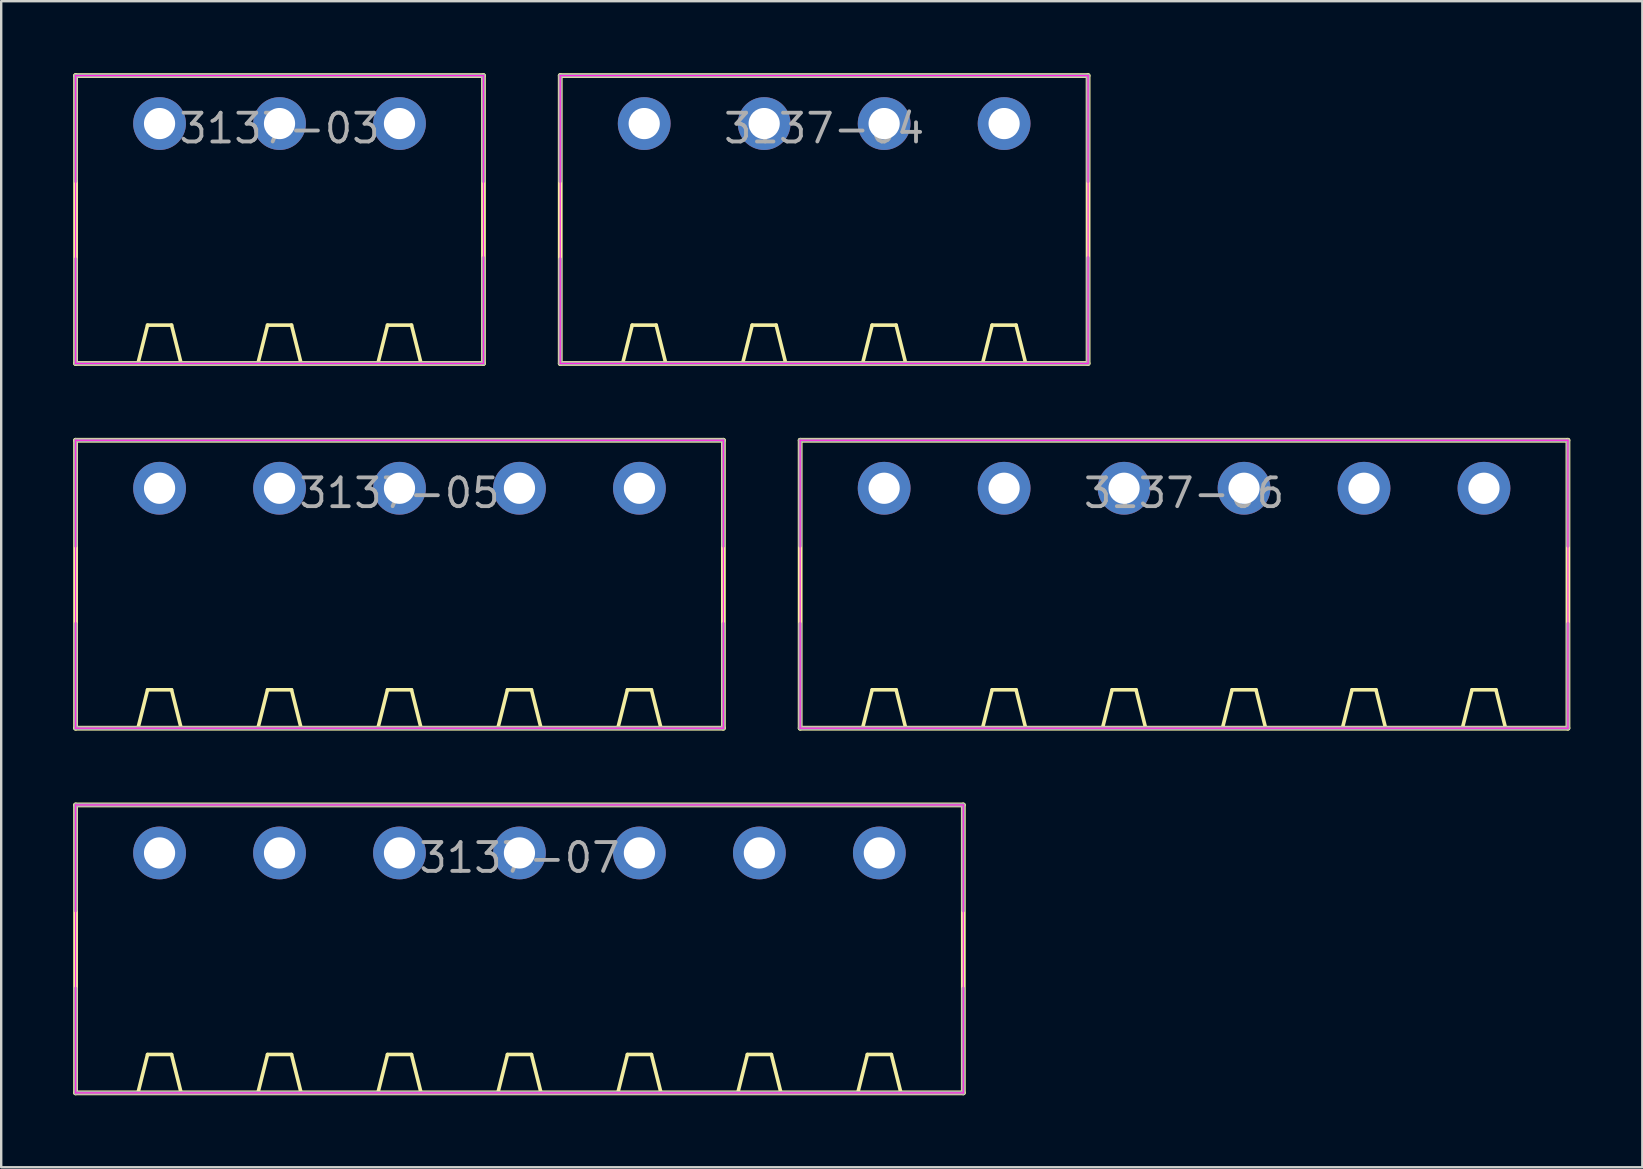
<source format=kicad_pcb>
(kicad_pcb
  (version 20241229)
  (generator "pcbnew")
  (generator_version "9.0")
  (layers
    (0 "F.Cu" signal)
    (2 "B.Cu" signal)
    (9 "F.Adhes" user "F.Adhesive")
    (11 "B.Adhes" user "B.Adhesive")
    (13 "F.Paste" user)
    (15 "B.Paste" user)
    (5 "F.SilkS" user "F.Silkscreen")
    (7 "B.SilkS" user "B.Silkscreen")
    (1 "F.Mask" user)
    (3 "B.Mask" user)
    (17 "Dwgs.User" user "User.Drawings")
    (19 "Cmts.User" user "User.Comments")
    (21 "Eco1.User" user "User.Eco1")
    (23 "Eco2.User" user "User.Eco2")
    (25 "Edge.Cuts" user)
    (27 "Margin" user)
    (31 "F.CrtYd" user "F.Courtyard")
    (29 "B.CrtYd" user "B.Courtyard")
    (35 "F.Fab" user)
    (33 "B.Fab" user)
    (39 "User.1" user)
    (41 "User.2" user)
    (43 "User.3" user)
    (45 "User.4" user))
  (footprint "3137-07"
    (layer "F.Cu")
    (at 18.6 32.5)
    (property "Reference" "3137-07" (at 0 0.2 180) (layer "F.Fab") (effects (font (size 1.2 1.2) (thickness 0.16))))
    (attr through_hole)
    (fp_line (start -18.5 10) (end -18.5 -2) (stroke (width 0.2) (type solid)) (layer "F.SilkS"))
    (fp_line (start -18.5 10) (end 18.5 10) (stroke (width 0.2) (type solid)) (layer "F.SilkS"))
    (fp_line (start -15.5 8.4) (end -15.9 10) (stroke (width 0.15) (type solid)) (layer "F.SilkS"))
    (fp_line (start -15.5 8.4) (end -14.5 8.4) (stroke (width 0.15) (type solid)) (layer "F.SilkS"))
    (fp_line (start -14.5 8.4) (end -14.1 10) (stroke (width 0.15) (type solid)) (layer "F.SilkS"))
    (fp_line (start -10.5 8.4) (end -10.9 10) (stroke (width 0.15) (type solid)) (layer "F.SilkS"))
    (fp_line (start -10.5 8.4) (end -9.5 8.4) (stroke (width 0.15) (type solid)) (layer "F.SilkS"))
    (fp_line (start -9.5 8.4) (end -9.1 10) (stroke (width 0.15) (type solid)) (layer "F.SilkS"))
    (fp_line (start -5.5 8.4) (end -5.9 10) (stroke (width 0.15) (type solid)) (layer "F.SilkS"))
    (fp_line (start -5.5 8.4) (end -4.5 8.4) (stroke (width 0.15) (type solid)) (layer "F.SilkS"))
    (fp_line (start -4.5 8.4) (end -4.1 10) (stroke (width 0.15) (type solid)) (layer "F.SilkS"))
    (fp_line (start -0.5 8.4) (end -0.9 10) (stroke (width 0.15) (type solid)) (layer "F.SilkS"))
    (fp_line (start -0.5 8.4) (end 0.5 8.4) (stroke (width 0.15) (type solid)) (layer "F.SilkS"))
    (fp_line (start 0.5 8.4) (end 0.9 10) (stroke (width 0.15) (type solid)) (layer "F.SilkS"))
    (fp_line (start 4.5 8.4) (end 4.1 10) (stroke (width 0.15) (type solid)) (layer "F.SilkS"))
    (fp_line (start 4.5 8.4) (end 5.5 8.4) (stroke (width 0.15) (type solid)) (layer "F.SilkS"))
    (fp_line (start 5.5 8.4) (end 5.9 10) (stroke (width 0.15) (type solid)) (layer "F.SilkS"))
    (fp_line (start 9.5 8.4) (end 9.1 10) (stroke (width 0.15) (type solid)) (layer "F.SilkS"))
    (fp_line (start 9.5 8.4) (end 10.5 8.4) (stroke (width 0.15) (type solid)) (layer "F.SilkS"))
    (fp_line (start 10.5 8.4) (end 10.9 10) (stroke (width 0.15) (type solid)) (layer "F.SilkS"))
    (fp_line (start 14.5 8.4) (end 14.1 10) (stroke (width 0.15) (type solid)) (layer "F.SilkS"))
    (fp_line (start 14.5 8.4) (end 15.5 8.4) (stroke (width 0.15) (type solid)) (layer "F.SilkS"))
    (fp_line (start 15.5 8.4) (end 15.9 10) (stroke (width 0.15) (type solid)) (layer "F.SilkS"))
    (fp_line (start 18.5 -2) (end -18.5 -2) (stroke (width 0.2) (type solid)) (layer "F.SilkS"))
    (fp_line (start 18.5 10) (end 18.5 -2) (stroke (width 0.2) (type solid)) (layer "F.SilkS"))
    (fp_line (start -18.5 -2) (end -18.5 10) (stroke (width 0.05) (type solid)) (layer "F.CrtYd"))
    (fp_line (start -18.5 -2) (end 18.5 -2) (stroke (width 0.05) (type solid)) (layer "F.CrtYd"))
    (fp_line (start -18.5 10) (end 18.5 10) (stroke (width 0.05) (type solid)) (layer "F.CrtYd"))
    (fp_line (start 18.5 -2) (end 18.5 10) (stroke (width 0.05) (type solid)) (layer "F.CrtYd"))
    (fp_line (start -18.5 -2) (end -18.5 2.4) (stroke (width 0.15) (type solid)) (layer "F.Fab"))
    (fp_line (start -18.5 -2) (end 18.5 -2) (stroke (width 0.15) (type solid)) (layer "F.Fab"))
    (fp_line (start -18.5 5.65) (end -18.5 10) (stroke (width 0.15) (type solid)) (layer "F.Fab"))
    (fp_line (start -18.5 10) (end 18.5 10) (stroke (width 0.15) (type solid)) (layer "F.Fab"))
    (fp_line (start 18.5 -2) (end 18.5 2.4) (stroke (width 0.15) (type solid)) (layer "F.Fab"))
    (fp_line (start 18.5 5.65) (end 18.5 10) (stroke (width 0.15) (type solid)) (layer "F.Fab"))
    (pad "1" thru_hole circle (at -15 0) (size 2.2 2.2) (drill 1.3) (layers "*.Cu" "*.Mask"))
    (pad "2" thru_hole circle (at -10 0) (size 2.2 2.2) (drill 1.3) (layers "*.Cu" "*.Mask"))
    (pad "3" thru_hole circle (at -5 0) (size 2.2 2.2) (drill 1.3) (layers "*.Cu" "*.Mask"))
    (pad "4" thru_hole circle (at 0 0) (size 2.2 2.2) (drill 1.3) (layers "*.Cu" "*.Mask"))
    (pad "5" thru_hole circle (at 5 0) (size 2.2 2.2) (drill 1.3) (layers "*.Cu" "*.Mask"))
    (pad "6" thru_hole circle (at 10 0) (size 2.2 2.2) (drill 1.3) (layers "*.Cu" "*.Mask"))
    (pad "7" thru_hole circle (at 15 0) (size 2.2 2.2) (drill 1.3) (layers "*.Cu" "*.Mask")))
  (footprint "3137-03"
    (layer "F.Cu")
    (at 8.6 2.1)
    (property "Reference" "3137-03" (at 0 0.2 180) (layer "F.Fab") (effects (font (size 1.2 1.2) (thickness 0.16))))
    (attr through_hole)
    (fp_line (start -8.5 10) (end -8.5 -2) (stroke (width 0.2) (type solid)) (layer "F.SilkS"))
    (fp_line (start -8.5 10) (end 8.5 10) (stroke (width 0.2) (type solid)) (layer "F.SilkS"))
    (fp_line (start -5.5 8.4) (end -5.9 10) (stroke (width 0.15) (type solid)) (layer "F.SilkS"))
    (fp_line (start -5.5 8.4) (end -4.5 8.4) (stroke (width 0.15) (type solid)) (layer "F.SilkS"))
    (fp_line (start -4.5 8.4) (end -4.1 10) (stroke (width 0.15) (type solid)) (layer "F.SilkS"))
    (fp_line (start -0.5 8.4) (end -0.9 10) (stroke (width 0.15) (type solid)) (layer "F.SilkS"))
    (fp_line (start -0.5 8.4) (end 0.5 8.4) (stroke (width 0.15) (type solid)) (layer "F.SilkS"))
    (fp_line (start 0.5 8.4) (end 0.9 10) (stroke (width 0.15) (type solid)) (layer "F.SilkS"))
    (fp_line (start 4.5 8.4) (end 4.1 10) (stroke (width 0.15) (type solid)) (layer "F.SilkS"))
    (fp_line (start 4.5 8.4) (end 5.5 8.4) (stroke (width 0.15) (type solid)) (layer "F.SilkS"))
    (fp_line (start 5.5 8.4) (end 5.9 10) (stroke (width 0.15) (type solid)) (layer "F.SilkS"))
    (fp_line (start 8.5 -2) (end -8.5 -2) (stroke (width 0.2) (type solid)) (layer "F.SilkS"))
    (fp_line (start 8.5 10) (end 8.5 -2) (stroke (width 0.2) (type solid)) (layer "F.SilkS"))
    (fp_line (start -8.5 -2) (end -8.5 10) (stroke (width 0.05) (type solid)) (layer "F.CrtYd"))
    (fp_line (start -8.5 -2) (end 8.5 -2) (stroke (width 0.05) (type solid)) (layer "F.CrtYd"))
    (fp_line (start -8.5 10) (end 8.5 10) (stroke (width 0.05) (type solid)) (layer "F.CrtYd"))
    (fp_line (start 8.5 -2) (end 8.5 10) (stroke (width 0.05) (type solid)) (layer "F.CrtYd"))
    (fp_line (start -8.5 -2) (end -8.5 2.4) (stroke (width 0.15) (type solid)) (layer "F.Fab"))
    (fp_line (start -8.5 -2) (end 8.5 -2) (stroke (width 0.15) (type solid)) (layer "F.Fab"))
    (fp_line (start -8.5 5.65) (end -8.5 10) (stroke (width 0.15) (type solid)) (layer "F.Fab"))
    (fp_line (start -8.5 10) (end 8.5 10) (stroke (width 0.15) (type solid)) (layer "F.Fab"))
    (fp_line (start 8.5 -2) (end 8.5 2.4) (stroke (width 0.15) (type solid)) (layer "F.Fab"))
    (fp_line (start 8.5 5.6) (end 8.5 10) (stroke (width 0.15) (type solid)) (layer "F.Fab"))
    (pad "1" thru_hole circle (at -5 0) (size 2.2 2.2) (drill 1.3) (layers "*.Cu" "*.Mask"))
    (pad "2" thru_hole circle (at 0 0) (size 2.2 2.2) (drill 1.3) (layers "*.Cu" "*.Mask"))
    (pad "3" thru_hole circle (at 5 0) (size 2.2 2.2) (drill 1.3) (layers "*.Cu" "*.Mask")))
  (footprint "3137-04"
    (layer "F.Cu")
    (at 31.3 2.1)
    (property "Reference" "3137-04" (at 0 0.2 180) (layer "F.Fab") (effects (font (size 1.2 1.2) (thickness 0.16))))
    (attr through_hole)
    (fp_line (start -11 10) (end -11 -2) (stroke (width 0.2) (type solid)) (layer "F.SilkS"))
    (fp_line (start -11 10) (end 11 10) (stroke (width 0.2) (type solid)) (layer "F.SilkS"))
    (fp_line (start -8 8.4) (end -8.4 10) (stroke (width 0.15) (type solid)) (layer "F.SilkS"))
    (fp_line (start -8 8.4) (end -7 8.4) (stroke (width 0.15) (type solid)) (layer "F.SilkS"))
    (fp_line (start -7 8.4) (end -6.6 10) (stroke (width 0.15) (type solid)) (layer "F.SilkS"))
    (fp_line (start -3 8.4) (end -3.4 10) (stroke (width 0.15) (type solid)) (layer "F.SilkS"))
    (fp_line (start -3 8.4) (end -2 8.4) (stroke (width 0.15) (type solid)) (layer "F.SilkS"))
    (fp_line (start -2 8.4) (end -1.6 10) (stroke (width 0.15) (type solid)) (layer "F.SilkS"))
    (fp_line (start 2 8.4) (end 1.6 10) (stroke (width 0.15) (type solid)) (layer "F.SilkS"))
    (fp_line (start 2 8.4) (end 3 8.4) (stroke (width 0.15) (type solid)) (layer "F.SilkS"))
    (fp_line (start 3 8.4) (end 3.4 10) (stroke (width 0.15) (type solid)) (layer "F.SilkS"))
    (fp_line (start 7 8.4) (end 6.6 10) (stroke (width 0.15) (type solid)) (layer "F.SilkS"))
    (fp_line (start 7 8.4) (end 8 8.4) (stroke (width 0.15) (type solid)) (layer "F.SilkS"))
    (fp_line (start 8 8.4) (end 8.4 10) (stroke (width 0.15) (type solid)) (layer "F.SilkS"))
    (fp_line (start 11 -2) (end -11 -2) (stroke (width 0.2) (type solid)) (layer "F.SilkS"))
    (fp_line (start 11 10) (end 11 -2) (stroke (width 0.2) (type solid)) (layer "F.SilkS"))
    (fp_line (start -11 -2) (end -11 10) (stroke (width 0.05) (type solid)) (layer "F.CrtYd"))
    (fp_line (start -11 -2) (end 11 -2) (stroke (width 0.05) (type solid)) (layer "F.CrtYd"))
    (fp_line (start -11 10) (end 11 10) (stroke (width 0.05) (type solid)) (layer "F.CrtYd"))
    (fp_line (start 11 -2) (end 11 10) (stroke (width 0.05) (type solid)) (layer "F.CrtYd"))
    (fp_line (start -11 -2) (end -11 2.4) (stroke (width 0.15) (type solid)) (layer "F.Fab"))
    (fp_line (start -11 -2) (end 11 -2) (stroke (width 0.15) (type solid)) (layer "F.Fab"))
    (fp_line (start -11 5.65) (end -11 10) (stroke (width 0.15) (type solid)) (layer "F.Fab"))
    (fp_line (start -11 10) (end 11 10) (stroke (width 0.15) (type solid)) (layer "F.Fab"))
    (fp_line (start 11 -2) (end 11 2.4) (stroke (width 0.15) (type solid)) (layer "F.Fab"))
    (fp_line (start 11 5.6) (end 11 10) (stroke (width 0.15) (type solid)) (layer "F.Fab"))
    (pad "1" thru_hole circle (at -7.5 0) (size 2.2 2.2) (drill 1.3) (layers "*.Cu" "*.Mask"))
    (pad "2" thru_hole circle (at -2.5 0) (size 2.2 2.2) (drill 1.3) (layers "*.Cu" "*.Mask"))
    (pad "3" thru_hole circle (at 2.5 0) (size 2.2 2.2) (drill 1.3) (layers "*.Cu" "*.Mask"))
    (pad "4" thru_hole circle (at 7.5 0) (size 2.2 2.2) (drill 1.3) (layers "*.Cu" "*.Mask")))
  (footprint "3137-05"
    (layer "F.Cu")
    (at 13.6 17.3)
    (property "Reference" "3137-05" (at 0 0.2 180) (layer "F.Fab") (effects (font (size 1.2 1.2) (thickness 0.16))))
    (attr through_hole)
    (fp_line (start -13.5 10) (end -13.5 -2) (stroke (width 0.2) (type solid)) (layer "F.SilkS"))
    (fp_line (start -13.5 10) (end 13.5 10) (stroke (width 0.2) (type solid)) (layer "F.SilkS"))
    (fp_line (start -10.5 8.4) (end -10.9 10) (stroke (width 0.15) (type solid)) (layer "F.SilkS"))
    (fp_line (start -10.5 8.4) (end -9.5 8.4) (stroke (width 0.15) (type solid)) (layer "F.SilkS"))
    (fp_line (start -9.5 8.4) (end -9.1 10) (stroke (width 0.15) (type solid)) (layer "F.SilkS"))
    (fp_line (start -5.5 8.4) (end -5.9 10) (stroke (width 0.15) (type solid)) (layer "F.SilkS"))
    (fp_line (start -5.5 8.4) (end -4.5 8.4) (stroke (width 0.15) (type solid)) (layer "F.SilkS"))
    (fp_line (start -4.5 8.4) (end -4.1 10) (stroke (width 0.15) (type solid)) (layer "F.SilkS"))
    (fp_line (start -0.5 8.4) (end -0.9 10) (stroke (width 0.15) (type solid)) (layer "F.SilkS"))
    (fp_line (start -0.5 8.4) (end 0.5 8.4) (stroke (width 0.15) (type solid)) (layer "F.SilkS"))
    (fp_line (start 0.5 8.4) (end 0.9 10) (stroke (width 0.15) (type solid)) (layer "F.SilkS"))
    (fp_line (start 4.5 8.4) (end 4.1 10) (stroke (width 0.15) (type solid)) (layer "F.SilkS"))
    (fp_line (start 4.5 8.4) (end 5.5 8.4) (stroke (width 0.15) (type solid)) (layer "F.SilkS"))
    (fp_line (start 5.5 8.4) (end 5.9 10) (stroke (width 0.15) (type solid)) (layer "F.SilkS"))
    (fp_line (start 9.5 8.4) (end 9.1 10) (stroke (width 0.15) (type solid)) (layer "F.SilkS"))
    (fp_line (start 9.5 8.4) (end 10.5 8.4) (stroke (width 0.15) (type solid)) (layer "F.SilkS"))
    (fp_line (start 10.5 8.4) (end 10.9 10) (stroke (width 0.15) (type solid)) (layer "F.SilkS"))
    (fp_line (start 13.5 -2) (end -13.5 -2) (stroke (width 0.2) (type solid)) (layer "F.SilkS"))
    (fp_line (start 13.5 10) (end 13.5 -2) (stroke (width 0.2) (type solid)) (layer "F.SilkS"))
    (fp_line (start -13.5 -2) (end -13.5 10) (stroke (width 0.05) (type solid)) (layer "F.CrtYd"))
    (fp_line (start -13.5 -2) (end 13.5 -2) (stroke (width 0.05) (type solid)) (layer "F.CrtYd"))
    (fp_line (start -13.5 10) (end 13.5 10) (stroke (width 0.05) (type solid)) (layer "F.CrtYd"))
    (fp_line (start 13.5 -2) (end 13.5 10) (stroke (width 0.05) (type solid)) (layer "F.CrtYd"))
    (fp_line (start -13.5 -2) (end -13.5 2.4) (stroke (width 0.15) (type solid)) (layer "F.Fab"))
    (fp_line (start -13.5 -2) (end 13.5 -2) (stroke (width 0.15) (type solid)) (layer "F.Fab"))
    (fp_line (start -13.5 5.65) (end -13.5 10) (stroke (width 0.15) (type solid)) (layer "F.Fab"))
    (fp_line (start -13.5 10) (end 13.5 10) (stroke (width 0.15) (type solid)) (layer "F.Fab"))
    (fp_line (start 13.5 -2) (end 13.5 2.4) (stroke (width 0.15) (type solid)) (layer "F.Fab"))
    (fp_line (start 13.5 5.65) (end 13.5 10) (stroke (width 0.15) (type solid)) (layer "F.Fab"))
    (pad "1" thru_hole circle (at -10 0) (size 2.2 2.2) (drill 1.3) (layers "*.Cu" "*.Mask"))
    (pad "2" thru_hole circle (at -5 0) (size 2.2 2.2) (drill 1.3) (layers "*.Cu" "*.Mask"))
    (pad "3" thru_hole circle (at 0 0) (size 2.2 2.2) (drill 1.3) (layers "*.Cu" "*.Mask"))
    (pad "4" thru_hole circle (at 5 0) (size 2.2 2.2) (drill 1.3) (layers "*.Cu" "*.Mask"))
    (pad "5" thru_hole circle (at 10 0) (size 2.2 2.2) (drill 1.3) (layers "*.Cu" "*.Mask")))
  (footprint "3137-06"
    (layer "F.Cu")
    (at 46.3 17.3)
    (property "Reference" "3137-06" (at 0 0.2 180) (layer "F.Fab") (effects (font (size 1.2 1.2) (thickness 0.16))))
    (attr through_hole)
    (fp_line (start -16 10) (end -16 -2) (stroke (width 0.2) (type solid)) (layer "F.SilkS"))
    (fp_line (start -16 10) (end 16 10) (stroke (width 0.2) (type solid)) (layer "F.SilkS"))
    (fp_line (start -13 8.4) (end -13.4 10) (stroke (width 0.15) (type solid)) (layer "F.SilkS"))
    (fp_line (start -13 8.4) (end -12 8.4) (stroke (width 0.15) (type solid)) (layer "F.SilkS"))
    (fp_line (start -12 8.4) (end -11.6 10) (stroke (width 0.15) (type solid)) (layer "F.SilkS"))
    (fp_line (start -8 8.4) (end -8.4 10) (stroke (width 0.15) (type solid)) (layer "F.SilkS"))
    (fp_line (start -8 8.4) (end -7 8.4) (stroke (width 0.15) (type solid)) (layer "F.SilkS"))
    (fp_line (start -7 8.4) (end -6.6 10) (stroke (width 0.15) (type solid)) (layer "F.SilkS"))
    (fp_line (start -3 8.4) (end -3.4 10) (stroke (width 0.15) (type solid)) (layer "F.SilkS"))
    (fp_line (start -3 8.4) (end -2 8.4) (stroke (width 0.15) (type solid)) (layer "F.SilkS"))
    (fp_line (start -2 8.4) (end -1.6 10) (stroke (width 0.15) (type solid)) (layer "F.SilkS"))
    (fp_line (start 2 8.4) (end 1.6 10) (stroke (width 0.15) (type solid)) (layer "F.SilkS"))
    (fp_line (start 2 8.4) (end 3 8.4) (stroke (width 0.15) (type solid)) (layer "F.SilkS"))
    (fp_line (start 3 8.4) (end 3.4 10) (stroke (width 0.15) (type solid)) (layer "F.SilkS"))
    (fp_line (start 7 8.4) (end 6.6 10) (stroke (width 0.15) (type solid)) (layer "F.SilkS"))
    (fp_line (start 7 8.4) (end 8 8.4) (stroke (width 0.15) (type solid)) (layer "F.SilkS"))
    (fp_line (start 8 8.4) (end 8.4 10) (stroke (width 0.15) (type solid)) (layer "F.SilkS"))
    (fp_line (start 12 8.4) (end 11.6 10) (stroke (width 0.15) (type solid)) (layer "F.SilkS"))
    (fp_line (start 12 8.4) (end 13 8.4) (stroke (width 0.15) (type solid)) (layer "F.SilkS"))
    (fp_line (start 13 8.4) (end 13.4 10) (stroke (width 0.15) (type solid)) (layer "F.SilkS"))
    (fp_line (start 16 -2) (end -16 -2) (stroke (width 0.2) (type solid)) (layer "F.SilkS"))
    (fp_line (start 16 10) (end 16 -2) (stroke (width 0.2) (type solid)) (layer "F.SilkS"))
    (fp_line (start -16 -2) (end -16 10) (stroke (width 0.05) (type solid)) (layer "F.CrtYd"))
    (fp_line (start -16 -2) (end 16 -2) (stroke (width 0.05) (type solid)) (layer "F.CrtYd"))
    (fp_line (start -16 10) (end 16 10) (stroke (width 0.05) (type solid)) (layer "F.CrtYd"))
    (fp_line (start 16 -2) (end 16 10) (stroke (width 0.05) (type solid)) (layer "F.CrtYd"))
    (fp_line (start -16 -2) (end -16 2.4) (stroke (width 0.15) (type solid)) (layer "F.Fab"))
    (fp_line (start -16 -2) (end 15.9 -2) (stroke (width 0.15) (type solid)) (layer "F.Fab"))
    (fp_line (start -16 5.65) (end -16 10) (stroke (width 0.15) (type solid)) (layer "F.Fab"))
    (fp_line (start -16 10) (end 16 10) (stroke (width 0.15) (type solid)) (layer "F.Fab"))
    (fp_line (start 16 -2) (end 16 2.4) (stroke (width 0.15) (type solid)) (layer "F.Fab"))
    (fp_line (start 16 5.65) (end 16 10) (stroke (width 0.15) (type solid)) (layer "F.Fab"))
    (pad "1" thru_hole circle (at -12.5 0) (size 2.2 2.2) (drill 1.3) (layers "*.Cu" "*.Mask"))
    (pad "2" thru_hole circle (at -7.5 0) (size 2.2 2.2) (drill 1.3) (layers "*.Cu" "*.Mask"))
    (pad "3" thru_hole circle (at -2.5 0) (size 2.2 2.2) (drill 1.3) (layers "*.Cu" "*.Mask"))
    (pad "4" thru_hole circle (at 2.5 0) (size 2.2 2.2) (drill 1.3) (layers "*.Cu" "*.Mask"))
    (pad "5" thru_hole circle (at 7.5 0) (size 2.2 2.2) (drill 1.3) (layers "*.Cu" "*.Mask"))
    (pad "6" thru_hole circle (at 12.5 0) (size 2.2 2.2) (drill 1.3) (layers "*.Cu" "*.Mask")))
  (gr_rect
    (start -3 -3)
    (end 65.4 45.6)
    (stroke (width 0.1) (type default))
    (fill no)
    (layer "Edge.Cuts")))
</source>
